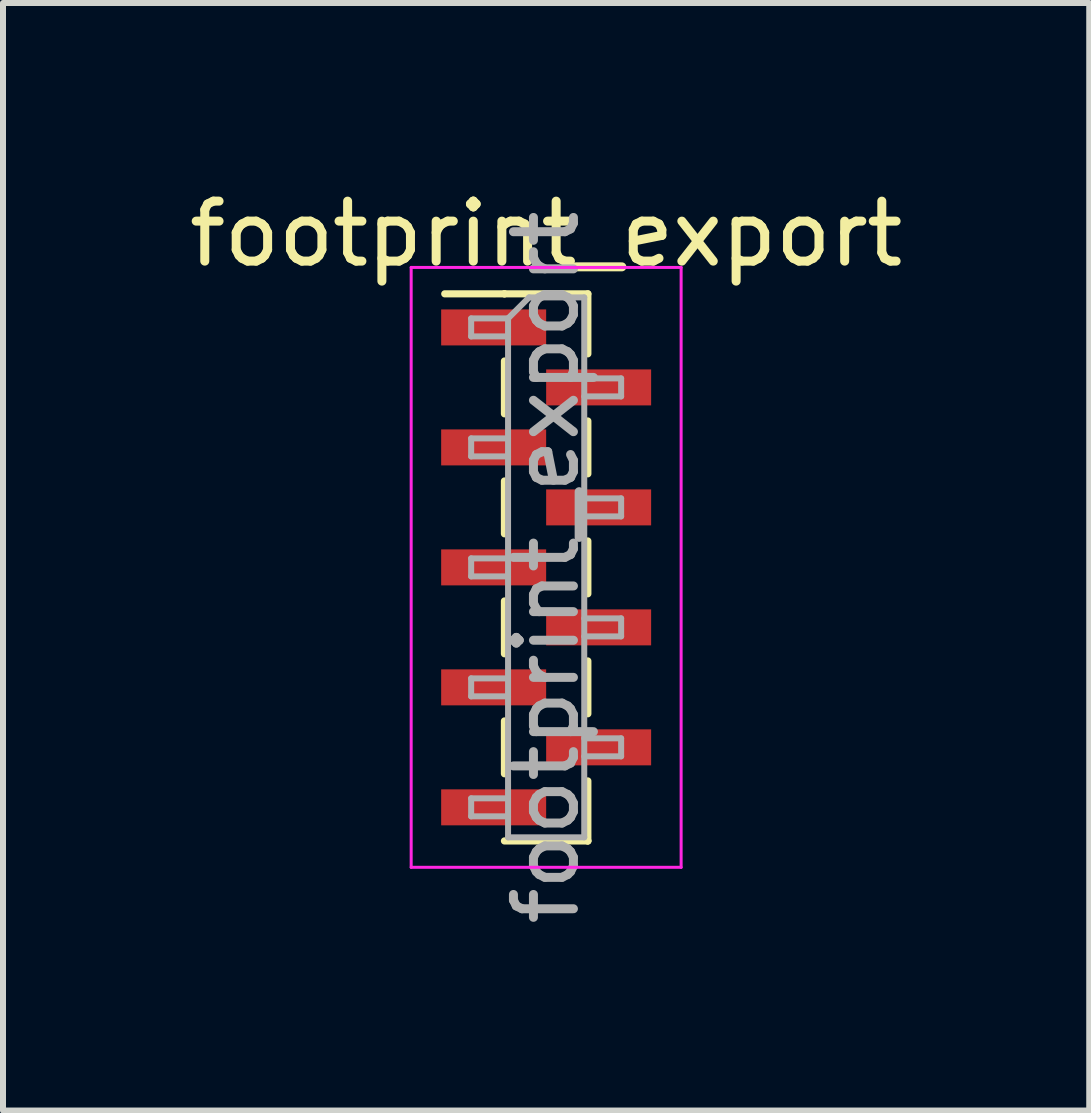
<source format=kicad_pcb>
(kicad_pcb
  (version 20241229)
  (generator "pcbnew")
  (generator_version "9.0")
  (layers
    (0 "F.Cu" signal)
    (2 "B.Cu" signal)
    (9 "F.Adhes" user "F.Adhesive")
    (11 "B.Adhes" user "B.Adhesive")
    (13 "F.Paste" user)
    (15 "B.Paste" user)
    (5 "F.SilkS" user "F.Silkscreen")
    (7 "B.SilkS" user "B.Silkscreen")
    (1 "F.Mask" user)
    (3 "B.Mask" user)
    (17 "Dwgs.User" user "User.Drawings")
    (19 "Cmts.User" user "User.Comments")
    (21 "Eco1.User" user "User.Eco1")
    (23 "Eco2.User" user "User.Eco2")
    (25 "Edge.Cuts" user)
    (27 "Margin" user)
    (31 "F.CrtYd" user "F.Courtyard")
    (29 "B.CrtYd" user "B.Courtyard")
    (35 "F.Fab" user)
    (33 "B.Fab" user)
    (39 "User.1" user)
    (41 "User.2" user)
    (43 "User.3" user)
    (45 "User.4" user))
  (footprint "footprint_export"
    (layer "F.Cu")
    (at 6.054 6.408)
    (property "Reference" "footprint_export" (at 0 -5.56 0) (layer "F.SilkS") (effects (font (size 1 1) (thickness 0.15))))
    (attr smd)
    (fp_line (start -0.695 -4.56) (end -1.69 -4.56) (stroke (width 0.12) (type solid)) (layer "F.SilkS"))
    (fp_line (start -0.695 -4.56) (end -0.695 -4.56) (stroke (width 0.12) (type solid)) (layer "F.SilkS"))
    (fp_line (start -0.695 -4.56) (end 0.695 -4.56) (stroke (width 0.12) (type solid)) (layer "F.SilkS"))
    (fp_line (start -0.695 -3.44) (end -0.695 -2.56) (stroke (width 0.12) (type solid)) (layer "F.SilkS"))
    (fp_line (start -0.695 -1.44) (end -0.695 -0.56) (stroke (width 0.12) (type solid)) (layer "F.SilkS"))
    (fp_line (start -0.695 0.56) (end -0.695 1.44) (stroke (width 0.12) (type solid)) (layer "F.SilkS"))
    (fp_line (start -0.695 2.56) (end -0.695 3.44) (stroke (width 0.12) (type solid)) (layer "F.SilkS"))
    (fp_line (start -0.695 4.56) (end 0.695 4.56) (stroke (width 0.12) (type solid)) (layer "F.SilkS"))
    (fp_line (start 0.695 -4.56) (end 0.695 -3.56) (stroke (width 0.12) (type solid)) (layer "F.SilkS"))
    (fp_line (start 0.695 -2.44) (end 0.695 -1.56) (stroke (width 0.12) (type solid)) (layer "F.SilkS"))
    (fp_line (start 0.695 -0.44) (end 0.695 0.44) (stroke (width 0.12) (type solid)) (layer "F.SilkS"))
    (fp_line (start 0.695 1.56) (end 0.695 2.44) (stroke (width 0.12) (type solid)) (layer "F.SilkS"))
    (fp_line (start 0.695 3.56) (end 0.695 4.56) (stroke (width 0.12) (type solid)) (layer "F.SilkS"))
    (fp_line (start 0.695 4.56) (end 0.695 4.56) (stroke (width 0.12) (type solid)) (layer "F.SilkS"))
    (fp_line (start -2.25 -5) (end -2.25 5) (stroke (width 0.05) (type solid)) (layer "F.CrtYd"))
    (fp_line (start -2.25 5) (end 2.25 5) (stroke (width 0.05) (type solid)) (layer "F.CrtYd"))
    (fp_line (start 2.25 -5) (end -2.25 -5) (stroke (width 0.05) (type solid)) (layer "F.CrtYd"))
    (fp_line (start 2.25 5) (end 2.25 -5) (stroke (width 0.05) (type solid)) (layer "F.CrtYd"))
    (fp_line (start -1.25 -4.15) (end -1.25 -3.85) (stroke (width 0.1) (type solid)) (layer "F.Fab"))
    (fp_line (start -1.25 -3.85) (end -0.635 -3.85) (stroke (width 0.1) (type solid)) (layer "F.Fab"))
    (fp_line (start -1.25 -2.15) (end -1.25 -1.85) (stroke (width 0.1) (type solid)) (layer "F.Fab"))
    (fp_line (start -1.25 -1.85) (end -0.635 -1.85) (stroke (width 0.1) (type solid)) (layer "F.Fab"))
    (fp_line (start -1.25 -0.15) (end -1.25 0.15) (stroke (width 0.1) (type solid)) (layer "F.Fab"))
    (fp_line (start -1.25 0.15) (end -0.635 0.15) (stroke (width 0.1) (type solid)) (layer "F.Fab"))
    (fp_line (start -1.25 1.85) (end -1.25 2.15) (stroke (width 0.1) (type solid)) (layer "F.Fab"))
    (fp_line (start -1.25 2.15) (end -0.635 2.15) (stroke (width 0.1) (type solid)) (layer "F.Fab"))
    (fp_line (start -1.25 3.85) (end -1.25 4.15) (stroke (width 0.1) (type solid)) (layer "F.Fab"))
    (fp_line (start -1.25 4.15) (end -0.635 4.15) (stroke (width 0.1) (type solid)) (layer "F.Fab"))
    (fp_line (start -0.635 -4.15) (end -1.25 -4.15) (stroke (width 0.1) (type solid)) (layer "F.Fab"))
    (fp_line (start -0.635 -4.15) (end -0.285 -4.5) (stroke (width 0.1) (type solid)) (layer "F.Fab"))
    (fp_line (start -0.635 -2.15) (end -1.25 -2.15) (stroke (width 0.1) (type solid)) (layer "F.Fab"))
    (fp_line (start -0.635 -0.15) (end -1.25 -0.15) (stroke (width 0.1) (type solid)) (layer "F.Fab"))
    (fp_line (start -0.635 1.85) (end -1.25 1.85) (stroke (width 0.1) (type solid)) (layer "F.Fab"))
    (fp_line (start -0.635 3.85) (end -1.25 3.85) (stroke (width 0.1) (type solid)) (layer "F.Fab"))
    (fp_line (start -0.635 4.5) (end -0.635 -4.15) (stroke (width 0.1) (type solid)) (layer "F.Fab"))
    (fp_line (start -0.285 -4.5) (end 0.635 -4.5) (stroke (width 0.1) (type solid)) (layer "F.Fab"))
    (fp_line (start 0.635 -4.5) (end 0.635 4.5) (stroke (width 0.1) (type solid)) (layer "F.Fab"))
    (fp_line (start 0.635 -3.15) (end 1.25 -3.15) (stroke (width 0.1) (type solid)) (layer "F.Fab"))
    (fp_line (start 0.635 -1.15) (end 1.25 -1.15) (stroke (width 0.1) (type solid)) (layer "F.Fab"))
    (fp_line (start 0.635 0.85) (end 1.25 0.85) (stroke (width 0.1) (type solid)) (layer "F.Fab"))
    (fp_line (start 0.635 2.85) (end 1.25 2.85) (stroke (width 0.1) (type solid)) (layer "F.Fab"))
    (fp_line (start 0.635 4.5) (end -0.635 4.5) (stroke (width 0.1) (type solid)) (layer "F.Fab"))
    (fp_line (start 1.25 -3.15) (end 1.25 -2.85) (stroke (width 0.1) (type solid)) (layer "F.Fab"))
    (fp_line (start 1.25 -2.85) (end 0.635 -2.85) (stroke (width 0.1) (type solid)) (layer "F.Fab"))
    (fp_line (start 1.25 -1.15) (end 1.25 -0.85) (stroke (width 0.1) (type solid)) (layer "F.Fab"))
    (fp_line (start 1.25 -0.85) (end 0.635 -0.85) (stroke (width 0.1) (type solid)) (layer "F.Fab"))
    (fp_line (start 1.25 0.85) (end 1.25 1.15) (stroke (width 0.1) (type solid)) (layer "F.Fab"))
    (fp_line (start 1.25 1.15) (end 0.635 1.15) (stroke (width 0.1) (type solid)) (layer "F.Fab"))
    (fp_line (start 1.25 2.85) (end 1.25 3.15) (stroke (width 0.1) (type solid)) (layer "F.Fab"))
    (fp_line (start 1.25 3.15) (end 0.635 3.15) (stroke (width 0.1) (type solid)) (layer "F.Fab"))
    (fp_text user "${REFERENCE}" (at 0 0 90) (layer "F.Fab") (effects (font (size 1 1) (thickness 0.15))))
    (pad "1" smd rect (at -0.875 -4) (size 1.75 0.6) (layers "F.Cu" "F.Mask" "F.Paste"))
    (pad "2" smd rect (at 0.875 -3) (size 1.75 0.6) (layers "F.Cu" "F.Mask" "F.Paste"))
    (pad "3" smd rect (at -0.875 -2) (size 1.75 0.6) (layers "F.Cu" "F.Mask" "F.Paste"))
    (pad "4" smd rect (at 0.875 -1) (size 1.75 0.6) (layers "F.Cu" "F.Mask" "F.Paste"))
    (pad "5" smd rect (at -0.875 0) (size 1.75 0.6) (layers "F.Cu" "F.Mask" "F.Paste"))
    (pad "6" smd rect (at 0.875 1) (size 1.75 0.6) (layers "F.Cu" "F.Mask" "F.Paste"))
    (pad "7" smd rect (at -0.875 2) (size 1.75 0.6) (layers "F.Cu" "F.Mask" "F.Paste"))
    (pad "8" smd rect (at 0.875 3) (size 1.75 0.6) (layers "F.Cu" "F.Mask" "F.Paste"))
    (pad "9" smd rect (at -0.875 4) (size 1.75 0.6) (layers "F.Cu" "F.Mask" "F.Paste")))
  (gr_rect
    (start -3 -3)
    (end 15.107 15.462)
    (stroke (width 0.1) (type default))
    (fill no)
    (layer "Edge.Cuts")))
</source>
